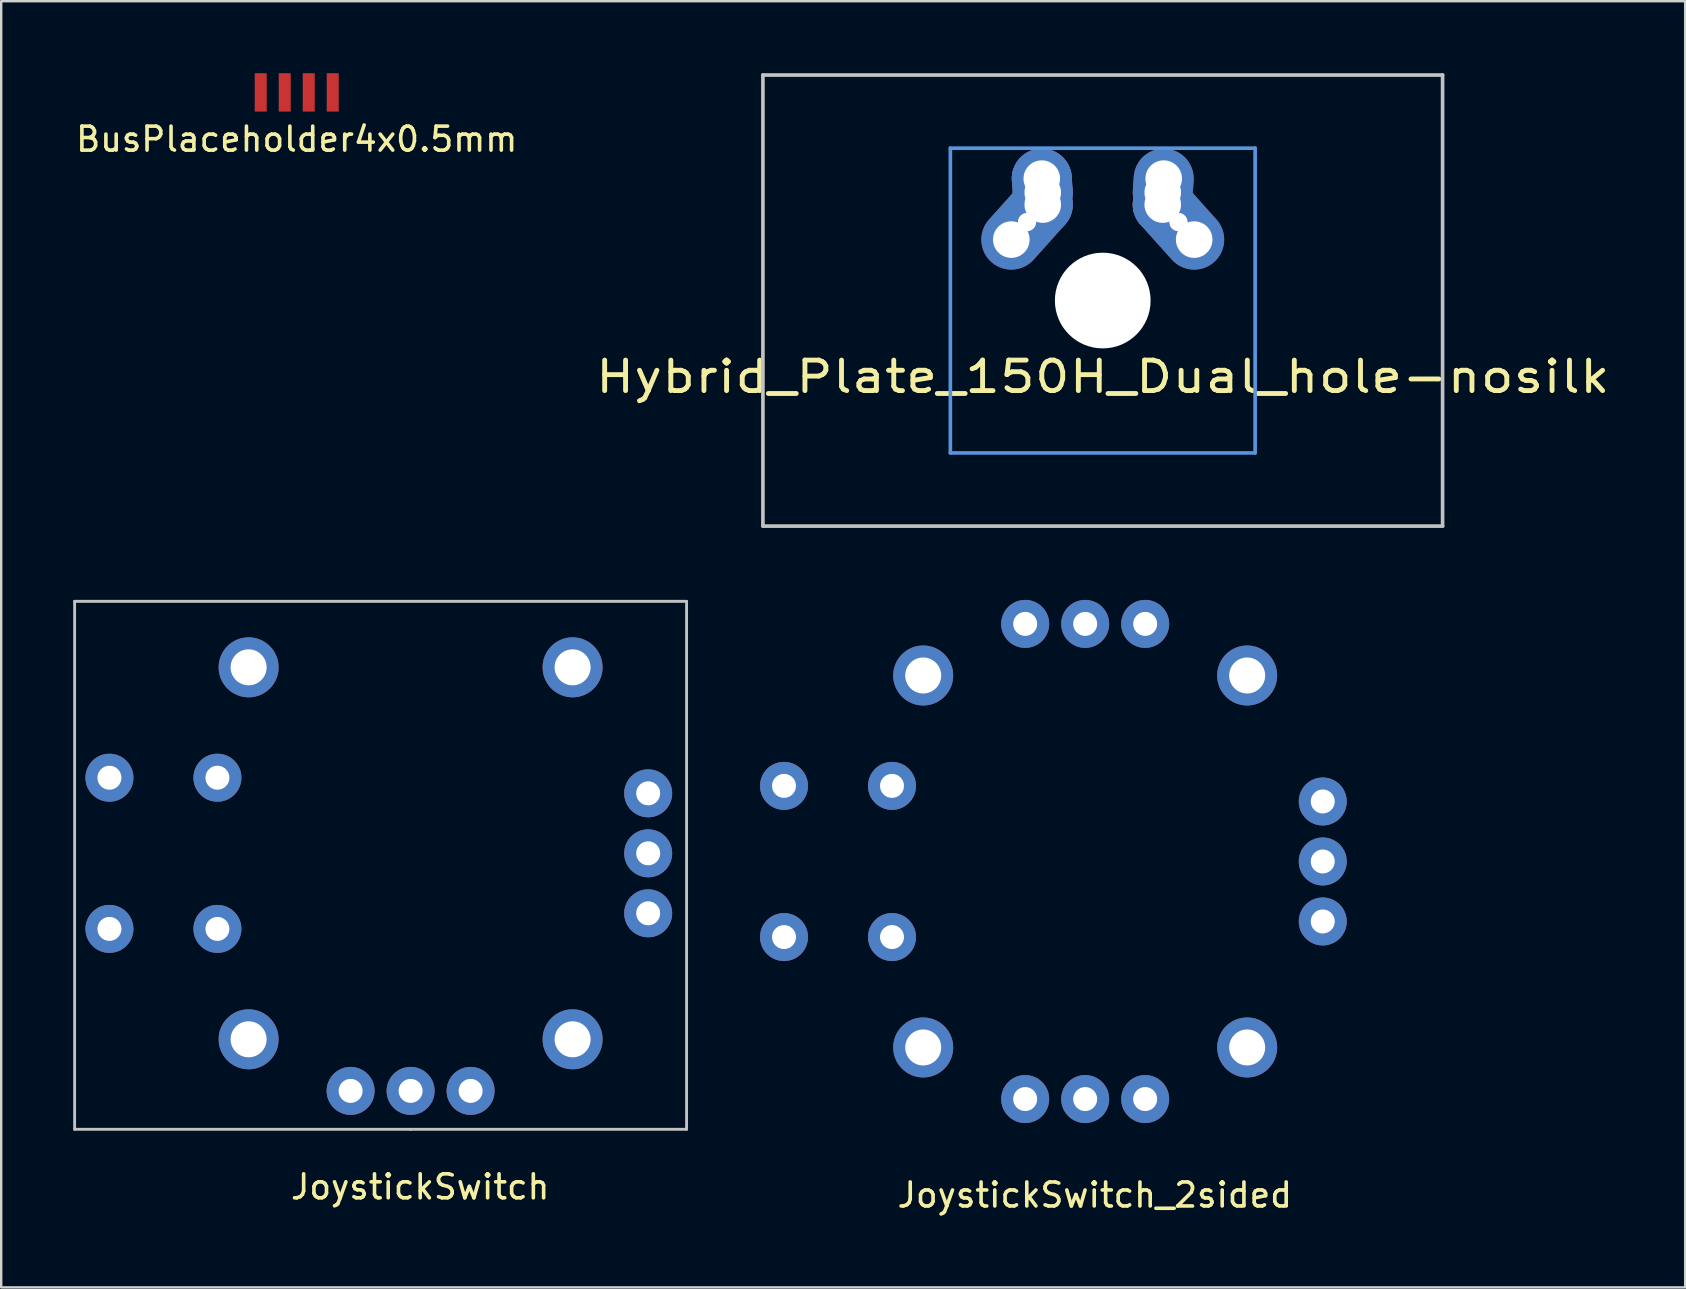
<source format=kicad_pcb>
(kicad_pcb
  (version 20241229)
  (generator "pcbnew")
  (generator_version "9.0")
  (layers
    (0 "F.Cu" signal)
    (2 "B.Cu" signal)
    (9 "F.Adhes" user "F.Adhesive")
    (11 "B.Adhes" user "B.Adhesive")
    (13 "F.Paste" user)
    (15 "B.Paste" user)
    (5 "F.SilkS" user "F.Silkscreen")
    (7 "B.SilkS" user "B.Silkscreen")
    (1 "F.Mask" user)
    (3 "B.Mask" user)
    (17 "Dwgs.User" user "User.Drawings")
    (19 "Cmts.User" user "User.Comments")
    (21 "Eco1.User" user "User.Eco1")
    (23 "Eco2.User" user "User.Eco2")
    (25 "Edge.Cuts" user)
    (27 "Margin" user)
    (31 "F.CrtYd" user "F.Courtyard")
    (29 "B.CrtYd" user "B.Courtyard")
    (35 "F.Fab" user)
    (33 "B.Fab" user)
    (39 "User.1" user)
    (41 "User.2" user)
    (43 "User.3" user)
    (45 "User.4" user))
  (footprint "JoystickSwitch"
    (layer "F.Cu")
    (at 14.06 32.508)
    (property "Reference" "JoystickSwitch" (at 0.4 13.9 0) (layer "F.SilkS") (effects (font (size 1 1) (thickness 0.15))))
    (attr through_hole)
    (fp_line (start -14 -10.5) (end -14 11.5) (stroke (width 0.12) (type solid)) (layer "Dwgs.User"))
    (fp_line (start -14 11.5) (end 0 11.5) (stroke (width 0.12) (type solid)) (layer "Dwgs.User"))
    (fp_line (start 0 11.5) (end 11.5 11.5) (stroke (width 0.12) (type solid)) (layer "Dwgs.User"))
    (fp_line (start 11.5 -10.5) (end -14 -10.5) (stroke (width 0.12) (type solid)) (layer "Dwgs.User"))
    (fp_line (start 11.5 11.5) (end 11.5 -10.5) (stroke (width 0.12) (type solid)) (layer "Dwgs.User"))
    (pad "" thru_hole circle (at -6.75 -7.75) (size 2.5 2.5) (drill 1.5) (layers "*.Cu" "*.Mask"))
    (pad "" thru_hole circle (at -6.75 7.75) (size 2.5 2.5) (drill 1.5) (layers "*.Cu" "*.Mask"))
    (pad "" thru_hole circle (at 6.75 -7.75) (size 2.5 2.5) (drill 1.5) (layers "*.Cu" "*.Mask"))
    (pad "" thru_hole circle (at 6.75 7.75) (size 2.5 2.5) (drill 1.5) (layers "*.Cu" "*.Mask"))
    (pad "H1" thru_hole circle (at -2.5 9.9) (size 2 2) (drill 1) (layers "*.Cu" "*.Mask"))
    (pad "H2" thru_hole circle (at 0 9.9) (size 2 2) (drill 1) (layers "*.Cu" "*.Mask"))
    (pad "H3" thru_hole circle (at 2.5 9.9) (size 2 2) (drill 1) (layers "*.Cu" "*.Mask"))
    (pad "SW1" thru_hole circle (at -8.05 -3.15) (size 2 2) (drill 1) (layers "*.Cu" "*.Mask"))
    (pad "SW1" thru_hole circle (at -8.05 3.15) (size 2 2) (drill 1) (layers "*.Cu" "*.Mask"))
    (pad "SW2" thru_hole circle (at -12.55 -3.15) (size 2 2) (drill 1) (layers "*.Cu" "*.Mask"))
    (pad "SW2" thru_hole circle (at -12.55 3.15) (size 2 2) (drill 1) (layers "*.Cu" "*.Mask"))
    (pad "V1" thru_hole circle (at 9.9 -2.5) (size 2 2) (drill 1) (layers "*.Cu" "*.Mask"))
    (pad "V2" thru_hole circle (at 9.9 0) (size 2 2) (drill 1) (layers "*.Cu" "*.Mask"))
    (pad "V3" thru_hole circle (at 9.9 2.5) (size 2 2) (drill 1) (layers "*.Cu" "*.Mask")))
  (footprint "BusPlaceholder4x0.5mm"
    (layer "F.Cu")
    (at 9.315 0.8)
    (property "Reference" "BusPlaceholder4x0.5mm" (at 0 1.95 0) (layer "F.SilkS") (effects (font (size 1 1) (thickness 0.15))))
    (attr smd)
    (pad "0" smd rect (at -1.5 0) (size 0.001 0.001) (layers "F.Cu" "F.Mask" "F.Paste"))
    (pad "0" smd rect (at 1.5 0) (size 0.001 0.001) (layers "F.Cu" "F.Mask" "F.Paste"))
    (pad "1" connect rect (at -1.5 0) (size 0.5 1.6) (layers "F.Cu" "F.Mask"))
    (pad "2" connect rect (at -0.5 0) (size 0.5 1.6) (layers "F.Cu" "F.Mask"))
    (pad "3" connect rect (at 0.5 0) (size 0.5 1.6) (layers "F.Cu" "F.Mask"))
    (pad "4" connect rect (at 1.5 0) (size 0.5 1.6) (layers "F.Cu" "F.Mask")))
  (footprint "JoystickSwitch_2sided"
    (layer "F.Cu")
    (at 42.17 32.848)
    (property "Reference" "JoystickSwitch_2sided" (at 0.4 13.9 0) (layer "F.SilkS") (effects (font (size 1 1) (thickness 0.15))))
    (attr through_hole)
    (pad "" thru_hole circle (at -6.75 -7.75) (size 2.5 2.5) (drill 1.5) (layers "*.Cu" "*.Mask"))
    (pad "" thru_hole circle (at -6.75 7.75) (size 2.5 2.5) (drill 1.5) (layers "*.Cu" "*.Mask"))
    (pad "" thru_hole circle (at 6.75 -7.75) (size 2.5 2.5) (drill 1.5) (layers "*.Cu" "*.Mask"))
    (pad "" thru_hole circle (at 6.75 7.75) (size 2.5 2.5) (drill 1.5) (layers "*.Cu" "*.Mask"))
    (pad "H1" thru_hole circle (at -2.5 -9.9) (size 2 2) (drill 1) (layers "*.Cu" "*.Mask"))
    (pad "H1" thru_hole circle (at -2.5 9.9) (size 2 2) (drill 1) (layers "*.Cu" "*.Mask"))
    (pad "H2" thru_hole circle (at 0 -9.9) (size 2 2) (drill 1) (layers "*.Cu" "*.Mask"))
    (pad "H2" thru_hole circle (at 0 9.9) (size 2 2) (drill 1) (layers "*.Cu" "*.Mask"))
    (pad "H3" thru_hole circle (at 2.5 -9.9) (size 2 2) (drill 1) (layers "*.Cu" "*.Mask"))
    (pad "H3" thru_hole circle (at 2.5 9.9) (size 2 2) (drill 1) (layers "*.Cu" "*.Mask"))
    (pad "SW1" thru_hole circle (at -8.05 -3.15) (size 2 2) (drill 1) (layers "*.Cu" "*.Mask"))
    (pad "SW1" thru_hole circle (at -8.05 3.15) (size 2 2) (drill 1) (layers "*.Cu" "*.Mask"))
    (pad "SW2" thru_hole circle (at -12.55 -3.15) (size 2 2) (drill 1) (layers "*.Cu" "*.Mask"))
    (pad "SW2" thru_hole circle (at -12.55 3.15) (size 2 2) (drill 1) (layers "*.Cu" "*.Mask"))
    (pad "V1" thru_hole circle (at 9.9 -2.5) (size 2 2) (drill 1) (layers "*.Cu" "*.Mask"))
    (pad "V2" thru_hole circle (at 9.9 0) (size 2 2) (drill 1) (layers "*.Cu" "*.Mask"))
    (pad "V3" thru_hole circle (at 9.9 2.5) (size 2 2) (drill 1) (layers "*.Cu" "*.Mask")))
  (footprint "Hybrid_Plate_150H_Dual_hole-nosilk"
    (layer "F.Cu")
    (at 42.902 9.474)
    (property "Reference" "Hybrid_Plate_150H_Dual_hole-nosilk" (at 0 3.175 0) (layer "F.SilkS") (effects (font (size 1.27 1.524) (thickness 0.203))))
    (attr through_hole)
    (fp_line (start -14.161 -9.398) (end 14.161 -9.398) (stroke (width 0.152) (type solid)) (layer "Dwgs.User"))
    (fp_line (start -14.161 9.398) (end -14.161 -9.398) (stroke (width 0.152) (type solid)) (layer "Dwgs.User"))
    (fp_line (start 14.161 -9.398) (end 14.161 9.398) (stroke (width 0.152) (type solid)) (layer "Dwgs.User"))
    (fp_line (start 14.161 9.398) (end -14.161 9.398) (stroke (width 0.152) (type solid)) (layer "Dwgs.User"))
    (fp_line (start -6.35 -6.35) (end 6.35 -6.35) (stroke (width 0.152) (type solid)) (layer "Cmts.User"))
    (fp_line (start -6.35 6.35) (end -6.35 -6.35) (stroke (width 0.152) (type solid)) (layer "Cmts.User"))
    (fp_line (start 6.35 -6.35) (end 6.35 6.35) (stroke (width 0.152) (type solid)) (layer "Cmts.User"))
    (fp_line (start 6.35 6.35) (end -6.35 6.35) (stroke (width 0.152) (type solid)) (layer "Cmts.User"))
    (fp_line (start -6.985 -6.985) (end 6.985 -6.985) (stroke (width 0.152) (type solid)) (layer "Eco2.User"))
    (fp_line (start -6.985 6.985) (end -6.985 -6.985) (stroke (width 0.152) (type solid)) (layer "Eco2.User"))
    (fp_line (start 6.985 -6.985) (end 6.985 6.985) (stroke (width 0.152) (type solid)) (layer "Eco2.User"))
    (fp_line (start 6.985 6.985) (end -6.985 6.985) (stroke (width 0.152) (type solid)) (layer "Eco2.User"))
    (pad "" np_thru_hole circle (at 0 0) (size 3.988 3.988) (drill 3.988) (layers "*.Cu" "*.Mask"))
    (pad "1" thru_hole circle (at -3.81 -2.54 330.9) (size 2 2) (drill 1.524) (layers "*.Cu" "B.Mask"))
    (pad "1" thru_hole oval (at -3.155 -3.27 138.1) (size 2.5 4.462) (drill 0.762) (layers "*.Cu" "B.Mask"))
    (pad "1" thru_hole circle (at -2.54 -5.08 330.9) (size 2.5 2.5) (drill 1.524) (layers "*.Cu" "F.Mask"))
    (pad "1" thru_hole oval (at -2.52 -4.79 3.9) (size 2.5 3.081) (drill 0.762) (layers "*.Cu" "F.Mask"))
    (pad "1" thru_hole circle (at -2.5 -4.5 330.9) (size 2.5 2.5) (drill 1.524) (layers "*.Cu" "F.Mask"))
    (pad "1" thru_hole circle (at -2.5 -4 330.9) (size 2.5 2.5) (drill 1.524) (layers "*.Cu" "*.Mask"))
    (pad "2" thru_hole circle (at 2.5 -4.5 330.9) (size 2 2) (drill 1.524) (layers "*.Cu" "B.Mask"))
    (pad "2" thru_hole circle (at 2.5 -4) (size 2.5 2.5) (drill 1.524) (layers "*.Cu" "*.Mask"))
    (pad "2" thru_hole oval (at 2.52 -4.79 356.1) (size 2.5 3.081) (drill 0.762) (layers "*.Cu" "B.Mask"))
    (pad "2" thru_hole circle (at 2.54 -5.08 330.9) (size 2 2) (drill 1.524) (layers "*.Cu" "B.Mask"))
    (pad "2" thru_hole oval (at 3.155 -3.27 221.9) (size 2.5 4.462) (drill 0.762) (layers "*.Cu" "F.Mask"))
    (pad "2" thru_hole circle (at 3.81 -2.54 330.9) (size 2 2) (drill 1.524) (layers "*.Cu" "F.Mask")))
  (gr_rect
    (start -3 -3)
    (end 67.172 50.597)
    (stroke (width 0.1) (type default))
    (fill no)
    (layer "Edge.Cuts")))
</source>
